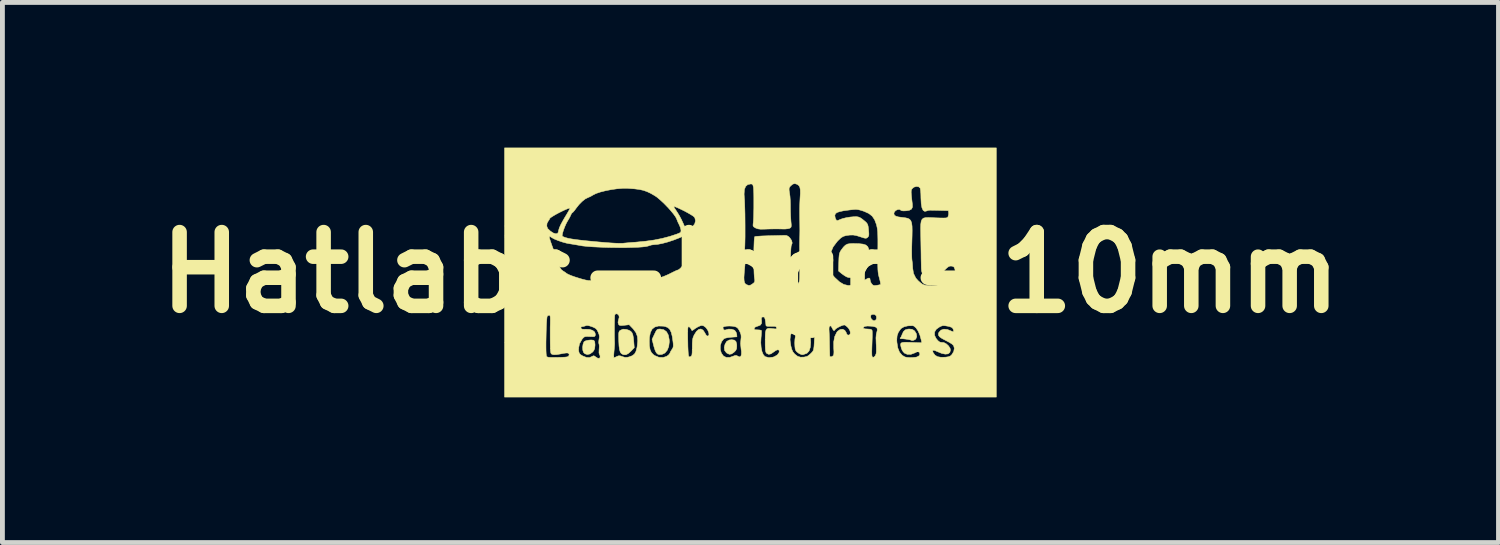
<source format=kicad_pcb>
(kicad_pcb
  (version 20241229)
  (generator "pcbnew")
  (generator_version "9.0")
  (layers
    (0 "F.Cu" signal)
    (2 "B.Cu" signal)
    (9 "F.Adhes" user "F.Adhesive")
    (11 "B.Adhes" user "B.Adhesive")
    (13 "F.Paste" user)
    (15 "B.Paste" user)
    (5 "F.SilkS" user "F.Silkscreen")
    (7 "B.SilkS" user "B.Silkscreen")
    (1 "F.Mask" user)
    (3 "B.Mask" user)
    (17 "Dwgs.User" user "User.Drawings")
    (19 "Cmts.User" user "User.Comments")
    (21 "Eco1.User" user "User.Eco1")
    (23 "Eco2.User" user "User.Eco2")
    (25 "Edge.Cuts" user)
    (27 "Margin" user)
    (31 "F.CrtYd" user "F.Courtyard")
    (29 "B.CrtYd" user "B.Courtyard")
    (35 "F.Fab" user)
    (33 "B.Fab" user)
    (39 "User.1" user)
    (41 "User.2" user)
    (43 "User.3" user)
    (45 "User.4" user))
  (footprint "Hatlabs-logo-10mm"
    (layer "F.Cu")
    (at 12.453 2.579)
    (property "Reference" "Hatlabs-logo-10mm" (at 0 0 0) (layer "F.SilkS") (effects (font (size 1.524 1.524) (thickness 0.3))))
    (attr through_hole)
    (fp_poly (pts (xy -0.332 1.397) (xy -0.299 1.426) (xy -0.284 1.479) (xy -0.282 1.519) (xy -0.286 1.573) (xy -0.303 1.611) (xy -0.336 1.645) (xy -0.389 1.683) (xy -0.435 1.69) (xy -0.482 1.669) (xy -0.497 1.658) (xy -0.534 1.61) (xy -0.541 1.545) (xy -0.524 1.48) (xy -0.49 1.424) (xy -0.438 1.395) (xy -0.387 1.389) (xy -0.332 1.397)) (stroke (width 0.01) (type solid)) (fill yes) (layer "F.SilkS"))
    (fp_poly (pts (xy -3.247 1.399) (xy -3.234 1.404) (xy -3.217 1.431) (xy -3.211 1.484) (xy -3.211 1.508) (xy -3.218 1.569) (xy -3.235 1.612) (xy -3.261 1.644) (xy -3.315 1.683) (xy -3.371 1.695) (xy -3.42 1.679) (xy -3.448 1.651) (xy -3.463 1.605) (xy -3.467 1.544) (xy -3.458 1.483) (xy -3.44 1.436) (xy -3.433 1.427) (xy -3.399 1.41) (xy -3.348 1.399) (xy -3.292 1.394) (xy -3.247 1.399)) (stroke (width 0.01) (type solid)) (fill yes) (layer "F.SilkS"))
    (fp_poly (pts (xy -1.791 1.182) (xy -1.734 1.224) (xy -1.696 1.293) (xy -1.678 1.389) (xy -1.676 1.435) (xy -1.688 1.529) (xy -1.719 1.607) (xy -1.766 1.663) (xy -1.828 1.693) (xy -1.884 1.697) (xy -1.917 1.686) (xy -1.945 1.658) (xy -1.969 1.609) (xy -1.993 1.534) (xy -2.004 1.491) (xy -2.032 1.381) (xy -1.982 1.275) (xy -1.955 1.219) (xy -1.934 1.187) (xy -1.913 1.173) (xy -1.884 1.169) (xy -1.867 1.168) (xy -1.791 1.182)) (stroke (width 0.01) (type solid)) (fill yes) (layer "F.SilkS"))
    (fp_poly (pts (xy 3.337 1.174) (xy 3.377 1.195) (xy 3.396 1.213) (xy 3.428 1.266) (xy 3.436 1.322) (xy 3.418 1.371) (xy 3.411 1.379) (xy 3.377 1.399) (xy 3.339 1.406) (xy 3.317 1.398) (xy 3.296 1.391) (xy 3.253 1.383) (xy 3.2 1.375) (xy 3.149 1.369) (xy 3.117 1.368) (xy 3.093 1.365) (xy 3.093 1.357) (xy 3.11 1.335) (xy 3.128 1.295) (xy 3.13 1.288) (xy 3.16 1.222) (xy 3.199 1.185) (xy 3.253 1.17) (xy 3.28 1.168) (xy 3.337 1.174)) (stroke (width 0.01) (type solid)) (fill yes) (layer "F.SilkS"))
    (fp_poly (pts (xy -2.564 1.176) (xy -2.515 1.192) (xy -2.475 1.213) (xy -2.448 1.242) (xy -2.43 1.284) (xy -2.418 1.348) (xy -2.411 1.418) (xy -2.4 1.554) (xy -2.466 1.623) (xy -2.523 1.674) (xy -2.571 1.699) (xy -2.617 1.699) (xy -2.636 1.693) (xy -2.668 1.674) (xy -2.69 1.642) (xy -2.705 1.592) (xy -2.715 1.518) (xy -2.72 1.416) (xy -2.72 1.411) (xy -2.722 1.328) (xy -2.722 1.272) (xy -2.718 1.237) (xy -2.71 1.215) (xy -2.697 1.201) (xy -2.688 1.195) (xy -2.632 1.171) (xy -2.564 1.176)) (stroke (width 0.01) (type solid)) (fill yes) (layer "F.SilkS"))
    (fp_poly (pts (xy 1.098 1.17) (xy 1.152 1.188) (xy 1.173 1.199) (xy 1.204 1.227) (xy 1.226 1.27) (xy 1.238 1.334) (xy 1.243 1.425) (xy 1.244 1.448) (xy 1.236 1.547) (xy 1.212 1.62) (xy 1.172 1.665) (xy 1.154 1.674) (xy 1.111 1.689) (xy 1.084 1.699) (xy 1.055 1.696) (xy 1.013 1.678) (xy 0.996 1.668) (xy 0.96 1.641) (xy 0.937 1.614) (xy 0.924 1.578) (xy 0.918 1.524) (xy 0.915 1.453) (xy 0.919 1.379) (xy 0.93 1.311) (xy 0.947 1.257) (xy 0.968 1.225) (xy 0.981 1.219) (xy 0.997 1.205) (xy 0.999 1.194) (xy 1.013 1.173) (xy 1.049 1.165) (xy 1.098 1.17)) (stroke (width 0.01) (type solid)) (fill yes) (layer "F.SilkS"))
    (fp_poly (pts (xy 2.242 -0.595) (xy 2.326 -0.586) (xy 2.385 -0.567) (xy 2.423 -0.534) (xy 2.444 -0.484) (xy 2.454 -0.415) (xy 2.455 -0.34) (xy 2.448 -0.221) (xy 2.423 -0.127) (xy 2.377 -0.053) (xy 2.308 0.008) (xy 2.237 0.049) (xy 2.151 0.088) (xy 2.085 0.106) (xy 2.03 0.105) (xy 1.987 0.091) (xy 1.94 0.063) (xy 1.888 0.026) (xy 1.878 0.018) (xy 1.82 -0.03) (xy 1.825 -0.214) (xy 1.828 -0.298) (xy 1.833 -0.356) (xy 1.841 -0.397) (xy 1.854 -0.429) (xy 1.872 -0.459) (xy 1.921 -0.524) (xy 1.963 -0.565) (xy 2.008 -0.588) (xy 2.067 -0.597) (xy 2.129 -0.598) (xy 2.242 -0.595)) (stroke (width 0.01) (type solid)) (fill yes) (layer "F.SilkS"))
    (fp_poly (pts (xy 5.08 2.574) (xy -5.08 2.574) (xy -5.08 1.539) (xy -4.224 1.539) (xy -4.223 1.62) (xy -4.22 1.681) (xy -4.216 1.717) (xy -4.215 1.721) (xy -4.208 1.736) (xy -4.195 1.746) (xy -4.171 1.752) (xy -4.131 1.755) (xy -4.067 1.755) (xy -3.986 1.754) (xy -3.895 1.752) (xy -3.831 1.749) (xy -3.79 1.744) (xy -3.766 1.735) (xy -3.753 1.724) (xy -3.753 1.723) (xy -3.744 1.691) (xy -3.756 1.673) (xy -3.773 1.664) (xy -3.805 1.663) (xy -3.857 1.67) (xy -3.912 1.681) (xy -3.999 1.696) (xy -4.059 1.699) (xy -4.09 1.693) (xy -4.107 1.686) (xy -4.119 1.674) (xy -4.126 1.653) (xy -4.131 1.616) (xy -4.133 1.568) (xy -3.551 1.568) (xy -3.548 1.625) (xy -3.536 1.668) (xy -3.511 1.697) (xy -3.464 1.725) (xy -3.464 1.725) (xy -3.387 1.755) (xy -3.325 1.758) (xy -3.274 1.736) (xy -3.245 1.721) (xy -3.221 1.726) (xy -3.198 1.744) (xy -3.151 1.773) (xy -3.119 1.772) (xy -3.105 1.752) (xy -3.105 1.738) (xy -2.825 1.738) (xy -2.822 1.76) (xy -2.821 1.761) (xy -2.799 1.754) (xy -2.763 1.737) (xy -2.761 1.736) (xy -2.726 1.722) (xy -2.693 1.722) (xy -2.647 1.737) (xy -2.646 1.738) (xy -2.593 1.754) (xy -2.544 1.753) (xy -2.507 1.744) (xy -2.442 1.72) (xy -2.396 1.685) (xy -2.365 1.631) (xy -2.344 1.552) (xy -2.339 1.522) (xy -2.328 1.413) (xy -2.09 1.413) (xy -2.087 1.518) (xy -2.073 1.595) (xy -2.047 1.653) (xy -2.005 1.697) (xy -1.976 1.717) (xy -1.889 1.753) (xy -1.803 1.756) (xy -1.735 1.734) (xy -1.694 1.707) (xy -1.668 1.675) (xy -1.666 1.671) (xy -1.648 1.631) (xy -1.621 1.589) (xy -1.602 1.558) (xy -1.594 1.524) (xy -1.595 1.475) (xy -1.599 1.436) (xy -1.615 1.322) (xy -1.625 1.282) (xy -1.296 1.282) (xy -1.295 1.382) (xy -1.294 1.413) (xy -1.292 1.531) (xy -1.288 1.618) (xy -1.284 1.68) (xy -1.278 1.719) (xy -1.271 1.739) (xy -1.262 1.744) (xy -1.243 1.739) (xy -1.229 1.734) (xy -1.217 1.723) (xy -1.209 1.7) (xy -1.204 1.657) (xy -1.203 1.592) (xy -0.623 1.592) (xy -0.6 1.667) (xy -0.557 1.726) (xy -0.498 1.755) (xy -0.427 1.754) (xy -0.364 1.732) (xy -0.319 1.715) (xy -0.288 1.715) (xy -0.27 1.724) (xy -0.237 1.74) (xy -0.22 1.744) (xy -0.197 1.729) (xy -0.186 1.689) (xy -0.186 1.631) (xy -0.193 1.584) (xy -0.204 1.467) (xy -0.198 1.398) (xy -0.192 1.335) (xy -0.195 1.287) (xy -0.211 1.24) (xy -0.222 1.216) (xy -0.245 1.173) (xy 0.078 1.173) (xy 0.095 1.183) (xy 0.136 1.185) (xy 0.145 1.185) (xy 0.191 1.188) (xy 0.221 1.195) (xy 0.226 1.198) (xy 0.228 1.22) (xy 0.226 1.267) (xy 0.221 1.329) (xy 0.219 1.347) (xy 0.214 1.45) (xy 0.221 1.547) (xy 0.238 1.632) (xy 0.265 1.697) (xy 0.299 1.736) (xy 0.305 1.739) (xy 0.382 1.759) (xy 0.466 1.749) (xy 0.496 1.738) (xy 0.556 1.703) (xy 0.589 1.659) (xy 0.595 1.635) (xy 0.591 1.605) (xy 0.566 1.596) (xy 0.527 1.609) (xy 0.482 1.641) (xy 0.424 1.681) (xy 0.377 1.691) (xy 0.336 1.671) (xy 0.331 1.667) (xy 0.32 1.649) (xy 0.312 1.62) (xy 0.308 1.572) (xy 0.305 1.501) (xy 0.305 1.413) (xy 0.305 1.381) (xy 0.818 1.381) (xy 0.821 1.42) (xy 0.835 1.516) (xy 0.853 1.586) (xy 0.877 1.639) (xy 0.911 1.681) (xy 0.918 1.688) (xy 0.974 1.731) (xy 1.034 1.75) (xy 1.107 1.748) (xy 1.169 1.734) (xy 1.196 1.718) (xy 1.234 1.686) (xy 1.253 1.668) (xy 1.274 1.646) (xy 1.29 1.626) (xy 1.301 1.603) (xy 1.308 1.571) (xy 1.314 1.524) (xy 1.318 1.456) (xy 1.323 1.362) (xy 1.325 1.329) (xy 1.314 1.254) (xy 1.273 1.19) (xy 1.243 1.168) (xy 1.623 1.168) (xy 1.623 1.169) (xy 1.625 1.207) (xy 1.628 1.271) (xy 1.631 1.353) (xy 1.633 1.444) (xy 1.633 1.473) (xy 1.635 1.561) (xy 1.637 1.637) (xy 1.638 1.695) (xy 1.64 1.727) (xy 1.64 1.731) (xy 1.656 1.744) (xy 1.684 1.738) (xy 1.711 1.718) (xy 1.722 1.691) (xy 1.725 1.642) (xy 1.721 1.565) (xy 1.721 1.561) (xy 1.72 1.433) (xy 1.741 1.324) (xy 1.782 1.238) (xy 1.802 1.213) (xy 1.853 1.178) (xy 1.904 1.172) (xy 1.949 1.194) (xy 1.979 1.241) (xy 1.984 1.262) (xy 2.004 1.29) (xy 2.024 1.295) (xy 2.054 1.283) (xy 2.064 1.251) (xy 2.057 1.206) (xy 2.031 1.159) (xy 2.015 1.139) (xy 2.014 1.138) (xy 2.329 1.138) (xy 2.335 1.155) (xy 2.37 1.165) (xy 2.421 1.168) (xy 2.477 1.172) (xy 2.507 1.186) (xy 2.513 1.195) (xy 2.516 1.221) (xy 2.517 1.274) (xy 2.516 1.347) (xy 2.513 1.433) (xy 2.512 1.464) (xy 2.509 1.553) (xy 2.507 1.632) (xy 2.508 1.693) (xy 2.511 1.729) (xy 2.512 1.734) (xy 2.53 1.753) (xy 2.556 1.745) (xy 2.58 1.718) (xy 2.597 1.676) (xy 2.597 1.674) (xy 2.601 1.633) (xy 2.601 1.569) (xy 2.599 1.494) (xy 2.597 1.465) (xy 2.595 1.391) (xy 3.023 1.391) (xy 3.026 1.441) (xy 3.044 1.558) (xy 3.08 1.647) (xy 3.135 1.711) (xy 3.192 1.745) (xy 3.234 1.754) (xy 3.295 1.758) (xy 3.362 1.756) (xy 3.42 1.75) (xy 3.436 1.746) (xy 3.48 1.724) (xy 3.501 1.692) (xy 3.494 1.659) (xy 3.487 1.651) (xy 3.468 1.637) (xy 3.444 1.638) (xy 3.405 1.656) (xy 3.399 1.66) (xy 3.316 1.691) (xy 3.242 1.692) (xy 3.18 1.665) (xy 3.149 1.628) (xy 3.763 1.628) (xy 3.774 1.655) (xy 3.812 1.707) (xy 3.864 1.739) (xy 3.935 1.752) (xy 4.03 1.75) (xy 4.091 1.741) (xy 4.131 1.725) (xy 4.161 1.697) (xy 4.2 1.632) (xy 4.212 1.566) (xy 4.198 1.513) (xy 4.169 1.482) (xy 4.112 1.445) (xy 4.037 1.406) (xy 3.958 1.364) (xy 3.908 1.329) (xy 3.884 1.295) (xy 3.884 1.26) (xy 3.894 1.237) (xy 3.936 1.191) (xy 3.996 1.171) (xy 4.069 1.178) (xy 4.132 1.203) (xy 4.177 1.222) (xy 4.197 1.219) (xy 4.195 1.191) (xy 4.184 1.161) (xy 4.163 1.137) (xy 4.115 1.118) (xy 4.073 1.109) (xy 4.014 1.099) (xy 3.974 1.098) (xy 3.937 1.11) (xy 3.905 1.126) (xy 3.839 1.173) (xy 3.805 1.229) (xy 3.804 1.292) (xy 3.809 1.309) (xy 3.836 1.363) (xy 3.873 1.408) (xy 3.912 1.438) (xy 3.945 1.444) (xy 3.994 1.447) (xy 4.046 1.474) (xy 4.092 1.516) (xy 4.124 1.565) (xy 4.132 1.603) (xy 4.119 1.652) (xy 4.083 1.681) (xy 4.025 1.687) (xy 3.95 1.671) (xy 3.86 1.634) (xy 3.804 1.61) (xy 3.771 1.608) (xy 3.763 1.628) (xy 3.149 1.628) (xy 3.136 1.611) (xy 3.119 1.569) (xy 3.106 1.517) (xy 3.102 1.481) (xy 3.112 1.458) (xy 3.141 1.446) (xy 3.193 1.441) (xy 3.272 1.443) (xy 3.328 1.445) (xy 3.541 1.453) (xy 3.53 1.4) (xy 3.501 1.295) (xy 3.464 1.209) (xy 3.421 1.145) (xy 3.377 1.107) (xy 3.348 1.099) (xy 3.255 1.102) (xy 3.175 1.121) (xy 3.117 1.154) (xy 3.103 1.168) (xy 3.055 1.237) (xy 3.03 1.307) (xy 3.023 1.391) (xy 2.595 1.391) (xy 2.593 1.353) (xy 2.6 1.273) (xy 2.607 1.248) (xy 2.621 1.189) (xy 2.615 1.151) (xy 2.585 1.127) (xy 2.527 1.113) (xy 2.498 1.11) (xy 2.419 1.106) (xy 2.365 1.113) (xy 2.354 1.117) (xy 2.329 1.138) (xy 2.014 1.138) (xy 1.978 1.105) (xy 1.948 1.086) (xy 1.94 1.084) (xy 1.905 1.091) (xy 1.858 1.11) (xy 1.808 1.135) (xy 1.768 1.16) (xy 1.75 1.178) (xy 1.732 1.201) (xy 1.712 1.192) (xy 1.691 1.152) (xy 1.69 1.151) (xy 1.668 1.111) (xy 1.644 1.102) (xy 1.627 1.122) (xy 1.623 1.168) (xy 1.243 1.168) (xy 1.2 1.136) (xy 1.115 1.104) (xy 1.031 1.106) (xy 0.95 1.142) (xy 0.937 1.152) (xy 0.867 1.217) (xy 0.828 1.292) (xy 0.818 1.381) (xy 0.305 1.381) (xy 0.306 1.312) (xy 0.31 1.239) (xy 0.321 1.192) (xy 0.34 1.165) (xy 0.371 1.154) (xy 0.417 1.155) (xy 0.46 1.16) (xy 0.51 1.166) (xy 0.534 1.164) (xy 0.54 1.152) (xy 0.539 1.141) (xy 0.531 1.123) (xy 0.51 1.114) (xy 0.469 1.112) (xy 0.427 1.113) (xy 0.363 1.113) (xy 0.329 1.106) (xy 0.321 1.096) (xy 0.314 1.03) (xy 0.305 0.972) (xy 0.293 0.934) (xy 0.288 0.925) (xy 0.261 0.917) (xy 0.246 0.92) (xy 0.228 0.936) (xy 0.226 0.969) (xy 0.23 0.991) (xy 0.231 1.048) (xy 0.207 1.086) (xy 0.154 1.108) (xy 0.144 1.11) (xy 0.098 1.128) (xy 0.079 1.153) (xy 0.078 1.173) (xy -0.245 1.173) (xy -0.25 1.164) (xy -0.28 1.135) (xy -0.32 1.118) (xy -0.32 1.118) (xy -0.377 1.109) (xy -0.438 1.106) (xy -0.497 1.109) (xy -0.543 1.118) (xy -0.567 1.131) (xy -0.568 1.136) (xy -0.559 1.175) (xy -0.533 1.191) (xy -0.507 1.185) (xy -0.453 1.17) (xy -0.39 1.172) (xy -0.335 1.19) (xy -0.323 1.198) (xy -0.295 1.237) (xy -0.283 1.278) (xy -0.279 1.329) (xy -0.4 1.338) (xy -0.466 1.345) (xy -0.519 1.357) (xy -0.549 1.37) (xy -0.597 1.431) (xy -0.622 1.508) (xy -0.623 1.592) (xy -1.203 1.592) (xy -1.202 1.589) (xy -1.202 1.547) (xy -1.201 1.463) (xy -1.197 1.403) (xy -1.189 1.357) (xy -1.174 1.316) (xy -1.16 1.287) (xy -1.115 1.216) (xy -1.068 1.176) (xy -1.023 1.167) (xy -0.98 1.19) (xy -0.949 1.235) (xy -0.92 1.286) (xy -0.899 1.31) (xy -0.878 1.312) (xy -0.867 1.306) (xy -0.856 1.281) (xy -0.862 1.24) (xy -0.882 1.192) (xy -0.913 1.147) (xy -0.932 1.128) (xy -0.971 1.101) (xy -1.005 1.095) (xy -1.035 1.101) (xy -1.083 1.122) (xy -1.135 1.153) (xy -1.146 1.161) (xy -1.182 1.187) (xy -1.204 1.2) (xy -1.208 1.2) (xy -1.236 1.151) (xy -1.258 1.127) (xy -1.274 1.121) (xy -1.283 1.123) (xy -1.29 1.135) (xy -1.294 1.163) (xy -1.296 1.211) (xy -1.296 1.282) (xy -1.625 1.282) (xy -1.636 1.237) (xy -1.665 1.178) (xy -1.705 1.139) (xy -1.758 1.117) (xy -1.799 1.109) (xy -1.898 1.106) (xy -1.975 1.126) (xy -2.031 1.17) (xy -2.067 1.241) (xy -2.086 1.338) (xy -2.09 1.413) (xy -2.328 1.413) (xy -2.328 1.41) (xy -2.336 1.319) (xy -2.366 1.241) (xy -2.42 1.168) (xy -2.432 1.155) (xy -2.505 1.079) (xy -2.606 1.091) (xy -2.663 1.096) (xy -2.697 1.094) (xy -2.716 1.083) (xy -2.726 1.067) (xy -2.736 1.029) (xy -2.726 0.98) (xy -2.723 0.972) (xy -2.711 0.921) (xy -2.714 0.908) (xy 2.481 0.908) (xy 2.493 0.951) (xy 2.498 0.96) (xy 2.533 0.992) (xy 2.568 0.996) (xy 2.596 0.973) (xy 2.605 0.942) (xy 2.599 0.895) (xy 2.568 0.869) (xy 2.529 0.864) (xy 2.494 0.876) (xy 2.481 0.908) (xy -2.714 0.908) (xy -2.719 0.886) (xy -2.72 0.884) (xy -2.75 0.856) (xy -2.781 0.853) (xy -2.802 0.875) (xy -2.805 0.901) (xy -2.807 0.953) (xy -2.809 1.027) (xy -2.81 1.115) (xy -2.81 1.212) (xy -2.81 1.31) (xy -2.808 1.404) (xy -2.806 1.465) (xy -2.807 1.497) (xy -2.811 1.553) (xy -2.817 1.62) (xy -2.818 1.63) (xy -2.823 1.691) (xy -2.825 1.738) (xy -3.105 1.738) (xy -3.106 1.719) (xy -3.116 1.702) (xy -3.129 1.663) (xy -3.127 1.594) (xy -3.126 1.588) (xy -3.123 1.533) (xy -3.125 1.491) (xy -3.13 1.476) (xy -3.135 1.446) (xy -3.131 1.398) (xy -3.128 1.382) (xy -3.12 1.329) (xy -3.127 1.282) (xy -3.146 1.233) (xy -3.169 1.187) (xy -3.196 1.157) (xy -3.238 1.134) (xy -3.276 1.119) (xy -3.339 1.099) (xy -3.381 1.094) (xy -3.403 1.101) (xy -3.448 1.115) (xy -3.471 1.118) (xy -3.499 1.126) (xy -3.502 1.147) (xy -3.493 1.164) (xy -3.469 1.172) (xy -3.422 1.173) (xy -3.403 1.172) (xy -3.322 1.176) (xy -3.258 1.197) (xy -3.217 1.231) (xy -3.203 1.276) (xy -3.204 1.283) (xy -3.208 1.308) (xy -3.219 1.321) (xy -3.245 1.326) (xy -3.293 1.325) (xy -3.321 1.324) (xy -3.381 1.322) (xy -3.418 1.326) (xy -3.443 1.339) (xy -3.467 1.365) (xy -3.479 1.38) (xy -3.531 1.472) (xy -3.551 1.568) (xy -4.133 1.568) (xy -4.134 1.557) (xy -4.136 1.471) (xy -4.136 1.461) (xy -4.137 1.355) (xy -4.137 1.24) (xy -4.137 1.131) (xy -4.135 1.063) (xy -4.134 0.98) (xy -4.135 0.926) (xy -4.14 0.895) (xy -4.148 0.882) (xy -4.154 0.881) (xy -4.185 0.892) (xy -4.197 0.903) (xy -4.203 0.926) (xy -4.208 0.977) (xy -4.213 1.05) (xy -4.217 1.139) (xy -4.22 1.239) (xy -4.222 1.342) (xy -4.224 1.444) (xy -4.224 1.539) (xy -5.08 1.539) (xy -5.08 -0.733) (xy -4.155 -0.733) (xy -4.149 -0.702) (xy -4.132 -0.647) (xy -4.103 -0.564) (xy -4.098 -0.55) (xy -4.073 -0.483) (xy -4.046 -0.417) (xy -4.03 -0.381) (xy -4.006 -0.32) (xy -3.985 -0.251) (xy -3.98 -0.231) (xy -3.95 -0.131) (xy -3.911 -0.063) (xy -3.873 -0.032) (xy -3.83 -0.005) (xy -3.802 0.017) (xy -3.768 0.037) (xy -3.71 0.062) (xy -3.635 0.089) (xy -3.553 0.115) (xy -3.473 0.139) (xy -3.401 0.157) (xy -3.348 0.166) (xy -3.333 0.166) (xy -3.285 0.169) (xy -3.251 0.178) (xy -3.25 0.179) (xy -3.216 0.19) (xy -3.151 0.203) (xy -3.056 0.216) (xy -2.935 0.23) (xy -2.879 0.236) (xy -2.814 0.242) (xy -2.762 0.248) (xy -2.732 0.251) (xy -2.731 0.251) (xy -2.705 0.25) (xy -2.655 0.243) (xy -2.59 0.233) (xy -2.561 0.229) (xy -2.48 0.217) (xy -2.398 0.209) (xy -2.331 0.206) (xy -2.32 0.206) (xy -2.239 0.201) (xy -2.137 0.184) (xy -2.022 0.156) (xy -1.903 0.121) (xy -1.857 0.105) (xy -0.134 0.105) (xy -0.131 0.166) (xy -0.122 0.208) (xy -0.105 0.235) (xy -0.085 0.249) (xy -0.04 0.267) (xy -0.006 0.265) (xy 0.034 0.242) (xy 0.034 0.242) (xy 0.074 0.211) (xy 0.09 0.182) (xy 0.088 0.14) (xy 0.084 0.121) (xy 0.079 0.079) (xy 0.075 0.012) (xy 0.072 -0.073) (xy 0.07 -0.17) (xy 0.069 -0.274) (xy 0.07 -0.38) (xy 0.071 -0.482) (xy 0.074 -0.574) (xy 0.077 -0.651) (xy 0.082 -0.707) (xy 0.087 -0.737) (xy 0.089 -0.74) (xy 0.113 -0.745) (xy 0.164 -0.749) (xy 0.236 -0.754) (xy 0.322 -0.757) (xy 0.373 -0.759) (xy 0.469 -0.761) (xy 0.559 -0.763) (xy 0.634 -0.765) (xy 0.687 -0.766) (xy 0.701 -0.767) (xy 0.75 -0.763) (xy 0.788 -0.741) (xy 0.815 -0.714) (xy 0.851 -0.66) (xy 0.863 -0.609) (xy 0.85 -0.569) (xy 0.847 -0.566) (xy 0.841 -0.543) (xy 0.836 -0.491) (xy 0.831 -0.413) (xy 0.828 -0.311) (xy 0.826 -0.192) (xy 0.826 -0.173) (xy 0.825 -0.049) (xy 0.825 0.045) (xy 0.826 0.115) (xy 0.829 0.164) (xy 0.833 0.198) (xy 0.84 0.219) (xy 0.849 0.234) (xy 0.851 0.237) (xy 0.893 0.267) (xy 0.937 0.263) (xy 0.981 0.23) (xy 0.991 0.22) (xy 0.998 0.21) (xy 1.005 0.198) (xy 1.01 0.18) (xy 1.013 0.152) (xy 1.016 0.113) (xy 1.017 0.059) (xy 1.018 -0.014) (xy 1.018 -0.108) (xy 1.018 -0.226) (xy 1.017 -0.262) (xy 1.631 -0.262) (xy 1.634 -0.127) (xy 1.64 -0.066) (xy 1.649 -0.024) (xy 1.665 0.011) (xy 1.693 0.049) (xy 1.739 0.1) (xy 1.75 0.111) (xy 1.841 0.195) (xy 1.928 0.247) (xy 2.018 0.269) (xy 2.114 0.263) (xy 2.193 0.24) (xy 2.259 0.212) (xy 2.33 0.175) (xy 2.362 0.156) (xy 2.417 0.125) (xy 2.451 0.114) (xy 2.468 0.125) (xy 2.473 0.157) (xy 2.473 0.158) (xy 2.483 0.198) (xy 2.504 0.235) (xy 2.53 0.261) (xy 2.56 0.27) (xy 2.607 0.266) (xy 2.653 0.258) (xy 2.683 0.25) (xy 2.688 0.247) (xy 2.688 0.227) (xy 2.68 0.184) (xy 2.666 0.126) (xy 2.663 0.115) (xy 2.652 0.074) (xy 2.643 0.034) (xy 2.637 -0.011) (xy 2.633 -0.064) (xy 2.631 -0.132) (xy 2.63 -0.22) (xy 2.631 -0.332) (xy 2.632 -0.44) (xy 2.633 -0.577) (xy 2.633 -0.684) (xy 2.631 -0.768) (xy 2.629 -0.834) (xy 2.624 -0.885) (xy 2.617 -0.929) (xy 2.608 -0.969) (xy 2.603 -0.99) (xy 2.566 -1.089) (xy 2.516 -1.163) (xy 2.446 -1.219) (xy 2.963 -1.219) (xy 2.972 -1.187) (xy 3.002 -1.164) (xy 3.056 -1.148) (xy 3.14 -1.137) (xy 3.14 -1.137) (xy 3.203 -1.129) (xy 3.252 -1.118) (xy 3.288 -1.099) (xy 3.314 -1.068) (xy 3.33 -1.022) (xy 3.339 -0.956) (xy 3.341 -0.867) (xy 3.339 -0.751) (xy 3.336 -0.649) (xy 3.333 -0.544) (xy 3.331 -0.444) (xy 3.332 -0.358) (xy 3.334 -0.292) (xy 3.337 -0.259) (xy 3.346 -0.19) (xy 3.351 -0.114) (xy 3.352 -0.088) (xy 3.369 0.02) (xy 3.416 0.115) (xy 3.466 0.171) (xy 3.519 0.218) (xy 3.563 0.248) (xy 3.608 0.263) (xy 3.664 0.269) (xy 3.742 0.268) (xy 3.751 0.268) (xy 3.829 0.264) (xy 3.883 0.257) (xy 3.922 0.244) (xy 3.958 0.225) (xy 3.964 0.22) (xy 4.006 0.188) (xy 4.062 0.142) (xy 4.12 0.09) (xy 4.131 0.079) (xy 4.183 0.031) (xy 4.213 -0.002) (xy 4.227 -0.027) (xy 4.228 -0.05) (xy 4.222 -0.073) (xy 4.205 -0.112) (xy 4.174 -0.129) (xy 4.152 -0.132) (xy 4.122 -0.132) (xy 4.095 -0.122) (xy 4.062 -0.098) (xy 4.017 -0.055) (xy 3.991 -0.028) (xy 3.937 0.026) (xy 3.896 0.06) (xy 3.86 0.08) (xy 3.82 0.091) (xy 3.804 0.094) (xy 3.714 0.096) (xy 3.634 0.078) (xy 3.572 0.041) (xy 3.563 0.032) (xy 3.546 0.006) (xy 3.535 -0.032) (xy 3.53 -0.089) (xy 3.529 -0.141) (xy 3.528 -0.2) (xy 3.526 -0.284) (xy 3.525 -0.389) (xy 3.523 -0.505) (xy 3.521 -0.627) (xy 3.52 -0.671) (xy 3.518 -0.81) (xy 3.516 -0.919) (xy 3.519 -1) (xy 3.528 -1.059) (xy 3.546 -1.098) (xy 3.574 -1.122) (xy 3.616 -1.133) (xy 3.674 -1.135) (xy 3.749 -1.133) (xy 3.823 -1.129) (xy 3.918 -1.126) (xy 3.985 -1.125) (xy 4.029 -1.126) (xy 4.056 -1.13) (xy 4.071 -1.138) (xy 4.081 -1.151) (xy 4.082 -1.153) (xy 4.094 -1.196) (xy 4.095 -1.233) (xy 4.089 -1.278) (xy 3.92 -1.282) (xy 3.843 -1.284) (xy 3.776 -1.285) (xy 3.727 -1.286) (xy 3.711 -1.287) (xy 3.668 -1.281) (xy 3.645 -1.272) (xy 3.602 -1.262) (xy 3.568 -1.283) (xy 3.543 -1.337) (xy 3.528 -1.424) (xy 3.522 -1.543) (xy 3.522 -1.557) (xy 3.52 -1.63) (xy 3.515 -1.692) (xy 3.508 -1.735) (xy 3.505 -1.745) (xy 3.474 -1.771) (xy 3.428 -1.777) (xy 3.379 -1.763) (xy 3.351 -1.742) (xy 3.331 -1.718) (xy 3.322 -1.691) (xy 3.321 -1.649) (xy 3.325 -1.594) (xy 3.332 -1.523) (xy 3.34 -1.454) (xy 3.345 -1.414) (xy 3.347 -1.351) (xy 3.328 -1.31) (xy 3.283 -1.285) (xy 3.214 -1.274) (xy 3.152 -1.272) (xy 3.115 -1.28) (xy 3.108 -1.285) (xy 3.081 -1.303) (xy 3.042 -1.3) (xy 3.002 -1.281) (xy 2.973 -1.25) (xy 2.963 -1.219) (xy 2.446 -1.219) (xy 2.445 -1.219) (xy 2.348 -1.263) (xy 2.324 -1.271) (xy 2.266 -1.289) (xy 2.221 -1.299) (xy 2.177 -1.303) (xy 2.124 -1.3) (xy 2.051 -1.292) (xy 2.028 -1.289) (xy 1.92 -1.274) (xy 1.842 -1.257) (xy 1.789 -1.239) (xy 1.758 -1.216) (xy 1.745 -1.187) (xy 1.744 -1.173) (xy 1.752 -1.125) (xy 1.767 -1.093) (xy 1.783 -1.075) (xy 1.802 -1.073) (xy 1.836 -1.087) (xy 1.846 -1.092) (xy 1.9 -1.112) (xy 1.976 -1.131) (xy 2.06 -1.145) (xy 2.141 -1.152) (xy 2.184 -1.153) (xy 2.225 -1.148) (xy 2.263 -1.134) (xy 2.307 -1.105) (xy 2.366 -1.057) (xy 2.37 -1.054) (xy 2.4 -1.025) (xy 2.419 -0.996) (xy 2.431 -0.957) (xy 2.439 -0.897) (xy 2.44 -0.879) (xy 2.446 -0.813) (xy 2.446 -0.772) (xy 2.438 -0.746) (xy 2.423 -0.728) (xy 2.42 -0.725) (xy 2.401 -0.711) (xy 2.38 -0.707) (xy 2.348 -0.712) (xy 2.298 -0.728) (xy 2.264 -0.739) (xy 2.187 -0.763) (xy 2.124 -0.774) (xy 2.061 -0.773) (xy 2.044 -0.772) (xy 1.973 -0.762) (xy 1.919 -0.746) (xy 1.871 -0.717) (xy 1.82 -0.669) (xy 1.791 -0.639) (xy 1.708 -0.528) (xy 1.655 -0.403) (xy 1.631 -0.262) (xy 1.017 -0.262) (xy 1.017 -0.372) (xy 1.015 -0.548) (xy 1.015 -0.567) (xy 1.016 -0.637) (xy 1.018 -0.715) (xy 1.019 -0.745) (xy 1.02 -0.796) (xy 1.021 -0.871) (xy 1.02 -0.963) (xy 1.019 -1.062) (xy 1.018 -1.101) (xy 1.017 -1.21) (xy 1.017 -1.324) (xy 1.02 -1.431) (xy 1.024 -1.519) (xy 1.025 -1.535) (xy 1.031 -1.634) (xy 1.03 -1.706) (xy 1.022 -1.755) (xy 1.006 -1.789) (xy 0.979 -1.812) (xy 0.965 -1.821) (xy 0.918 -1.836) (xy 0.876 -1.826) (xy 0.831 -1.789) (xy 0.822 -1.779) (xy 0.805 -1.756) (xy 0.798 -1.73) (xy 0.8 -1.69) (xy 0.808 -1.638) (xy 0.817 -1.574) (xy 0.823 -1.489) (xy 0.826 -1.399) (xy 0.826 -1.355) (xy 0.827 -1.263) (xy 0.83 -1.169) (xy 0.835 -1.086) (xy 0.837 -1.056) (xy 0.843 -0.992) (xy 0.843 -0.954) (xy 0.836 -0.932) (xy 0.82 -0.919) (xy 0.812 -0.914) (xy 0.775 -0.904) (xy 0.719 -0.898) (xy 0.675 -0.898) (xy 0.579 -0.9) (xy 0.481 -0.9) (xy 0.368 -0.898) (xy 0.288 -0.895) (xy 0.21 -0.894) (xy 0.154 -0.901) (xy 0.11 -0.917) (xy 0.104 -0.92) (xy 0.069 -0.942) (xy 0.054 -0.965) (xy 0.055 -1.003) (xy 0.058 -1.022) (xy 0.062 -1.07) (xy 0.066 -1.143) (xy 0.068 -1.233) (xy 0.07 -1.334) (xy 0.07 -1.439) (xy 0.07 -1.541) (xy 0.069 -1.632) (xy 0.066 -1.706) (xy 0.063 -1.755) (xy 0.061 -1.765) (xy 0.05 -1.808) (xy 0.031 -1.826) (xy 0.007 -1.829) (xy -0.056 -1.816) (xy -0.1 -1.777) (xy -0.125 -1.712) (xy -0.131 -1.619) (xy -0.127 -1.552) (xy -0.122 -1.494) (xy -0.119 -1.415) (xy -0.116 -1.317) (xy -0.113 -1.207) (xy -0.112 -1.089) (xy -0.111 -0.968) (xy -0.111 -0.85) (xy -0.111 -0.738) (xy -0.113 -0.639) (xy -0.115 -0.558) (xy -0.118 -0.498) (xy -0.122 -0.465) (xy -0.123 -0.461) (xy -0.13 -0.428) (xy -0.122 -0.371) (xy -0.12 -0.361) (xy -0.111 -0.311) (xy -0.108 -0.251) (xy -0.112 -0.172) (xy -0.119 -0.095) (xy -0.129 0.02) (xy -0.134 0.105) (xy -1.857 0.105) (xy -1.79 0.081) (xy -1.691 0.039) (xy -1.662 0.024) (xy -1.598 -0.008) (xy -1.544 -0.034) (xy -1.508 -0.049) (xy -1.498 -0.051) (xy -1.473 -0.064) (xy -1.437 -0.097) (xy -1.398 -0.143) (xy -1.362 -0.193) (xy -1.346 -0.221) (xy -1.327 -0.267) (xy -1.31 -0.33) (xy -1.302 -0.365) (xy -1.289 -0.422) (xy -1.268 -0.498) (xy -1.243 -0.583) (xy -1.227 -0.631) (xy -1.203 -0.706) (xy -1.183 -0.773) (xy -1.171 -0.822) (xy -1.168 -0.842) (xy -1.17 -0.861) (xy -1.179 -0.867) (xy -1.202 -0.857) (xy -1.245 -0.831) (xy -1.263 -0.82) (xy -1.355 -0.768) (xy -1.465 -0.717) (xy -1.586 -0.67) (xy -1.707 -0.63) (xy -1.823 -0.599) (xy -1.923 -0.58) (xy -1.981 -0.576) (xy -2.04 -0.569) (xy -2.102 -0.551) (xy -2.11 -0.547) (xy -2.154 -0.537) (xy -2.226 -0.528) (xy -2.323 -0.521) (xy -2.438 -0.517) (xy -2.568 -0.514) (xy -2.708 -0.514) (xy -2.852 -0.515) (xy -2.996 -0.518) (xy -3.135 -0.524) (xy -3.263 -0.53) (xy -3.377 -0.539) (xy -3.472 -0.549) (xy -3.533 -0.56) (xy -3.597 -0.571) (xy -3.673 -0.584) (xy -3.725 -0.592) (xy -3.801 -0.606) (xy -3.888 -0.63) (xy -3.975 -0.66) (xy -4.051 -0.691) (xy -4.104 -0.72) (xy -4.132 -0.739) (xy -4.149 -0.744) (xy -4.155 -0.733) (xy -5.08 -0.733) (xy -5.08 -0.771) (xy -3.889 -0.771) (xy -3.888 -0.753) (xy -3.869 -0.739) (xy -3.825 -0.722) (xy -3.767 -0.706) (xy -3.763 -0.705) (xy -3.704 -0.694) (xy -3.618 -0.681) (xy -3.514 -0.668) (xy -3.395 -0.655) (xy -3.269 -0.643) (xy -3.14 -0.631) (xy -3.014 -0.62) (xy -2.896 -0.611) (xy -2.794 -0.605) (xy -2.711 -0.602) (xy -2.655 -0.602) (xy -2.642 -0.603) (xy -2.602 -0.607) (xy -2.537 -0.613) (xy -2.456 -0.62) (xy -2.371 -0.626) (xy -2.166 -0.646) (xy -1.986 -0.671) (xy -1.822 -0.704) (xy -1.663 -0.746) (xy -1.524 -0.792) (xy -1.472 -0.812) (xy -1.444 -0.829) (xy -1.435 -0.85) (xy -1.435 -0.877) (xy -1.447 -0.928) (xy -1.469 -0.981) (xy -1.471 -0.985) (xy -1.499 -1.042) (xy -1.523 -1.102) (xy -1.523 -1.105) (xy -1.547 -1.15) (xy -1.59 -1.21) (xy -1.649 -1.281) (xy -1.717 -1.357) (xy -1.724 -1.363) (xy -1.582 -1.363) (xy -1.581 -1.352) (xy -1.565 -1.325) (xy -1.533 -1.276) (xy -1.506 -1.235) (xy -1.467 -1.171) (xy -1.425 -1.092) (xy -1.389 -1.014) (xy -1.388 -1.011) (xy -1.361 -0.951) (xy -1.337 -0.906) (xy -1.321 -0.882) (xy -1.317 -0.881) (xy -1.291 -0.888) (xy -1.265 -0.9) (xy -1.195 -0.948) (xy -1.151 -1.005) (xy -1.135 -1.067) (xy -1.148 -1.127) (xy -1.159 -1.144) (xy -1.183 -1.165) (xy -1.23 -1.195) (xy -1.294 -1.232) (xy -1.366 -1.271) (xy -1.44 -1.307) (xy -1.507 -1.338) (xy -1.546 -1.354) (xy -1.57 -1.362) (xy -1.582 -1.363) (xy -1.724 -1.363) (xy -1.79 -1.431) (xy -1.863 -1.498) (xy -1.928 -1.553) (xy -1.973 -1.584) (xy -2.059 -1.634) (xy -2.136 -1.67) (xy -2.212 -1.697) (xy -2.296 -1.715) (xy -2.396 -1.728) (xy -2.52 -1.737) (xy -2.54 -1.738) (xy -2.641 -1.738) (xy -2.756 -1.729) (xy -2.876 -1.712) (xy -2.993 -1.689) (xy -3.1 -1.662) (xy -3.189 -1.632) (xy -3.251 -1.601) (xy -3.3 -1.572) (xy -3.345 -1.552) (xy -3.353 -1.549) (xy -3.41 -1.521) (xy -3.476 -1.469) (xy -3.542 -1.402) (xy -3.598 -1.331) (xy -3.633 -1.283) (xy -3.662 -1.249) (xy -3.678 -1.236) (xy -3.693 -1.222) (xy -3.71 -1.19) (xy -3.729 -1.148) (xy -3.759 -1.094) (xy -3.776 -1.067) (xy -3.806 -1.012) (xy -3.835 -0.947) (xy -3.861 -0.879) (xy -3.88 -0.817) (xy -3.889 -0.771) (xy -5.08 -0.771) (xy -5.08 -0.96) (xy -4.208 -0.96) (xy -4.191 -0.911) (xy -4.187 -0.906) (xy -4.131 -0.853) (xy -4.074 -0.816) (xy -4.024 -0.8) (xy -4.013 -0.8) (xy -3.985 -0.808) (xy -3.97 -0.832) (xy -3.962 -0.873) (xy -3.947 -0.924) (xy -3.913 -0.998) (xy -3.863 -1.089) (xy -3.839 -1.13) (xy -3.796 -1.201) (xy -3.761 -1.261) (xy -3.737 -1.304) (xy -3.726 -1.326) (xy -3.725 -1.327) (xy -3.739 -1.329) (xy -3.775 -1.318) (xy -3.828 -1.296) (xy -3.892 -1.266) (xy -3.96 -1.232) (xy -4.025 -1.197) (xy -4.082 -1.163) (xy -4.125 -1.135) (xy -4.147 -1.115) (xy -4.148 -1.11) (xy -4.159 -1.087) (xy -4.174 -1.067) (xy -4.202 -1.017) (xy -4.208 -0.96) (xy -5.08 -0.96) (xy -5.08 -2.574) (xy 5.08 -2.574) (xy 5.08 2.574)) (stroke (width 0.01) (type solid)) (fill yes) (layer "F.SilkS")))
  (gr_rect
    (start -3 -3)
    (end 27.907 8.158)
    (stroke (width 0.1) (type default))
    (fill no)
    (layer "Edge.Cuts")))
</source>
